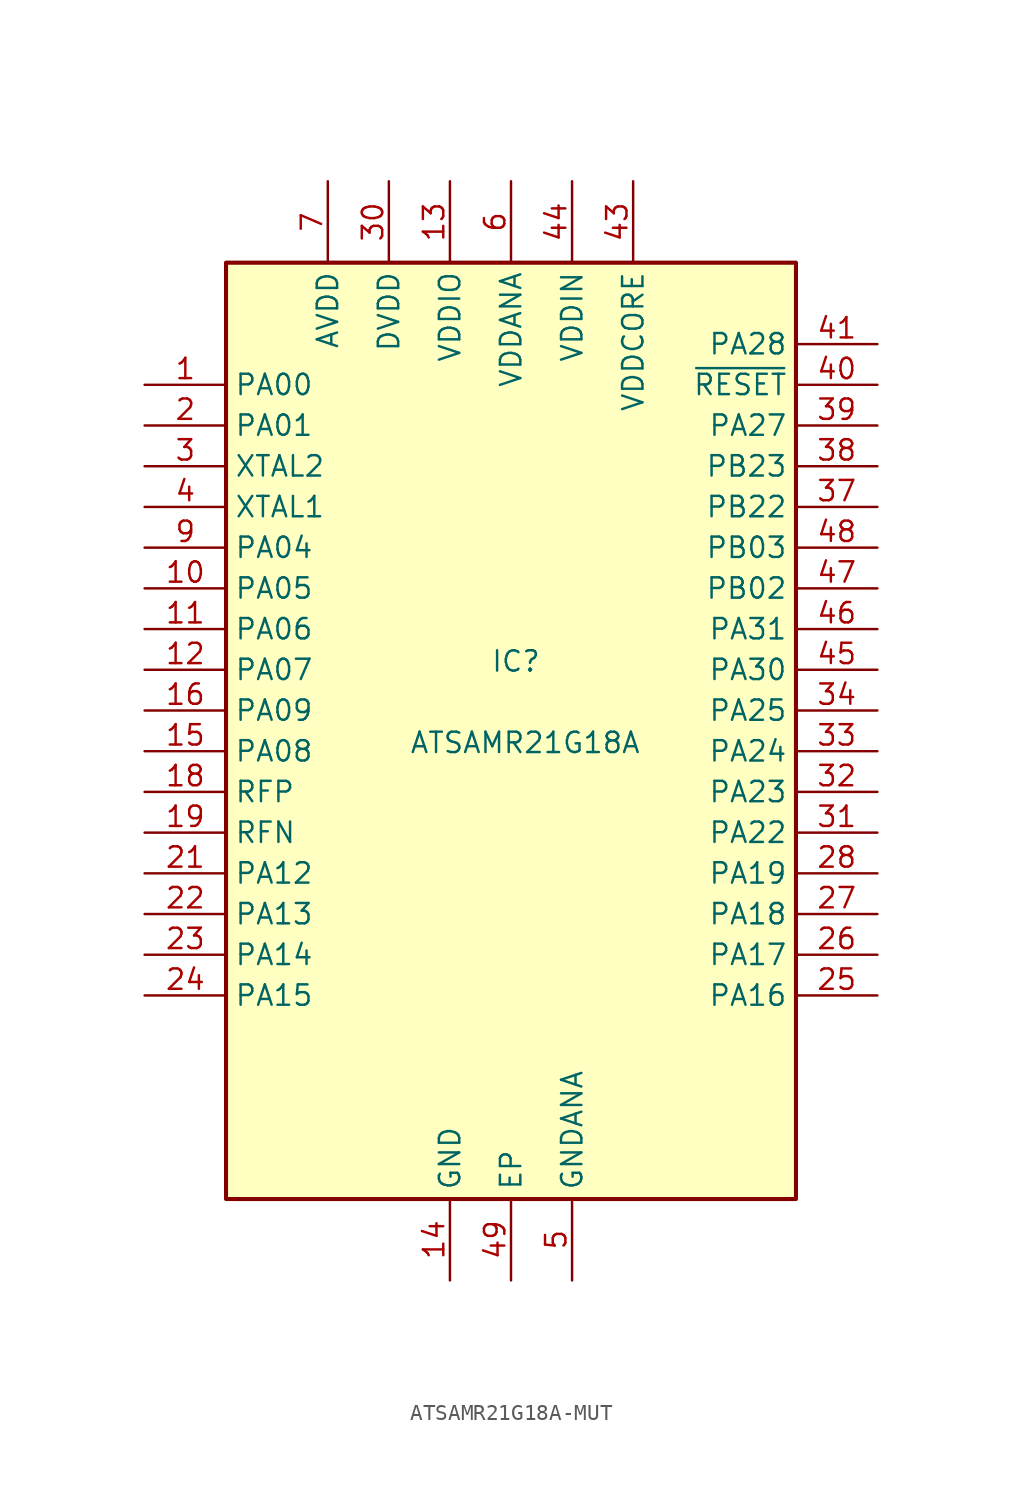
<source format=kicad_sym>
(kicad_symbol_lib
  (version 20220914)
  (generator kicad_symbol_editor)
  (symbol "ATSAMR21G18A-MUT"
    (property "Reference" "IC"
      (at -1.27 5.08 0)
      (effects (font (size 1.27 1.27)) (justify left top)))
    (property "Value" "ATSAMR21G18A"
      (at -6.35 0 0)
      (effects (font (size 1.27 1.27)) (justify left top)))
    (symbol "ATSAMR21G18A-MUT_1_1"
      (rectangle (start -17.78 29.21) (end 17.78 -29.21) (stroke (width 0.254) (type default)) (fill (type background)))
      (pin passive line (at -22.86 21.59 0) (length 5.08) (name "PA00" (effects (font (size 1.27 1.27)))) (number "1" (effects (font (size 1.27 1.27)))))
      (pin passive line (at -22.86 8.89 0) (length 5.08) (name "PA05" (effects (font (size 1.27 1.27)))) (number "10" (effects (font (size 1.27 1.27)))))
      (pin passive line (at -22.86 6.35 0) (length 5.08) (name "PA06" (effects (font (size 1.27 1.27)))) (number "11" (effects (font (size 1.27 1.27)))))
      (pin passive line (at -22.86 3.81 0) (length 5.08) (name "PA07" (effects (font (size 1.27 1.27)))) (number "12" (effects (font (size 1.27 1.27)))))
      (pin passive line (at -3.81 34.29 270) (length 5.08) (name "VDDIO" (effects (font (size 1.27 1.27)))) (number "13" (effects (font (size 1.27 1.27)))))
      (pin passive line (at -3.81 -34.29 90) (length 5.08) (name "GND" (effects (font (size 1.27 1.27)))) (number "14" (effects (font (size 1.27 1.27)))))
      (pin passive line (at -22.86 -1.27 0) (length 5.08) (name "PA08" (effects (font (size 1.27 1.27)))) (number "15" (effects (font (size 1.27 1.27)))))
      (pin passive line (at -22.86 1.27 0) (length 5.08) (name "PA09" (effects (font (size 1.27 1.27)))) (number "16" (effects (font (size 1.27 1.27)))))
      (pin passive line (at 3.81 -34.29 90) (length 5.08) hide (name "GNDANA" (effects (font (size 1.27 1.27)))) (number "17" (effects (font (size 1.27 1.27)))))
      (pin passive line (at -22.86 -3.81 0) (length 5.08) (name "RFP" (effects (font (size 1.27 1.27)))) (number "18" (effects (font (size 1.27 1.27)))))
      (pin passive line (at -22.86 -6.35 0) (length 5.08) (name "RFN" (effects (font (size 1.27 1.27)))) (number "19" (effects (font (size 1.27 1.27)))))
      (pin passive line (at -22.86 19.05 0) (length 5.08) (name "PA01" (effects (font (size 1.27 1.27)))) (number "2" (effects (font (size 1.27 1.27)))))
      (pin passive line (at 3.81 -34.29 90) (length 5.08) hide (name "GNDANA" (effects (font (size 1.27 1.27)))) (number "20" (effects (font (size 1.27 1.27)))))
      (pin passive line (at -22.86 -8.89 0) (length 5.08) (name "PA12" (effects (font (size 1.27 1.27)))) (number "21" (effects (font (size 1.27 1.27)))))
      (pin passive line (at -22.86 -11.43 0) (length 5.08) (name "PA13" (effects (font (size 1.27 1.27)))) (number "22" (effects (font (size 1.27 1.27)))))
      (pin passive line (at -22.86 -13.97 0) (length 5.08) (name "PA14" (effects (font (size 1.27 1.27)))) (number "23" (effects (font (size 1.27 1.27)))))
      (pin passive line (at -22.86 -16.51 0) (length 5.08) (name "PA15" (effects (font (size 1.27 1.27)))) (number "24" (effects (font (size 1.27 1.27)))))
      (pin passive line (at 22.86 -16.51 180) (length 5.08) (name "PA16" (effects (font (size 1.27 1.27)))) (number "25" (effects (font (size 1.27 1.27)))))
      (pin passive line (at 22.86 -13.97 180) (length 5.08) (name "PA17" (effects (font (size 1.27 1.27)))) (number "26" (effects (font (size 1.27 1.27)))))
      (pin passive line (at 22.86 -11.43 180) (length 5.08) (name "PA18" (effects (font (size 1.27 1.27)))) (number "27" (effects (font (size 1.27 1.27)))))
      (pin passive line (at 22.86 -8.89 180) (length 5.08) (name "PA19" (effects (font (size 1.27 1.27)))) (number "28" (effects (font (size 1.27 1.27)))))
      (pin passive line (at -3.81 -34.29 90) (length 5.08) hide (name "GND" (effects (font (size 1.27 1.27)))) (number "29" (effects (font (size 1.27 1.27)))))
      (pin passive line (at -22.86 16.51 0) (length 5.08) (name "XTAL2" (effects (font (size 1.27 1.27)))) (number "3" (effects (font (size 1.27 1.27)))))
      (pin passive line (at -7.62 34.29 270) (length 5.08) (name "DVDD" (effects (font (size 1.27 1.27)))) (number "30" (effects (font (size 1.27 1.27)))))
      (pin passive line (at 22.86 -6.35 180) (length 5.08) (name "PA22" (effects (font (size 1.27 1.27)))) (number "31" (effects (font (size 1.27 1.27)))))
      (pin passive line (at 22.86 -3.81 180) (length 5.08) (name "PA23" (effects (font (size 1.27 1.27)))) (number "32" (effects (font (size 1.27 1.27)))))
      (pin passive line (at 22.86 -1.27 180) (length 5.08) (name "PA24" (effects (font (size 1.27 1.27)))) (number "33" (effects (font (size 1.27 1.27)))))
      (pin passive line (at 22.86 1.27 180) (length 5.08) (name "PA25" (effects (font (size 1.27 1.27)))) (number "34" (effects (font (size 1.27 1.27)))))
      (pin passive line (at -3.81 -34.29 90) (length 5.08) hide (name "GND" (effects (font (size 1.27 1.27)))) (number "35" (effects (font (size 1.27 1.27)))))
      (pin passive line (at -3.81 34.29 270) (length 5.08) hide (name "VDDIO" (effects (font (size 1.27 1.27)))) (number "36" (effects (font (size 1.27 1.27)))))
      (pin passive line (at 22.86 13.97 180) (length 5.08) (name "PB22" (effects (font (size 1.27 1.27)))) (number "37" (effects (font (size 1.27 1.27)))))
      (pin passive line (at 22.86 16.51 180) (length 5.08) (name "PB23" (effects (font (size 1.27 1.27)))) (number "38" (effects (font (size 1.27 1.27)))))
      (pin passive line (at 22.86 19.05 180) (length 5.08) (name "PA27" (effects (font (size 1.27 1.27)))) (number "39" (effects (font (size 1.27 1.27)))))
      (pin passive line (at -22.86 13.97 0) (length 5.08) (name "XTAL1" (effects (font (size 1.27 1.27)))) (number "4" (effects (font (size 1.27 1.27)))))
      (pin passive line (at 22.86 21.59 180) (length 5.08) (name "~{RESET}" (effects (font (size 1.27 1.27)))) (number "40" (effects (font (size 1.27 1.27)))))
      (pin passive line (at 22.86 24.13 180) (length 5.08) (name "PA28" (effects (font (size 1.27 1.27)))) (number "41" (effects (font (size 1.27 1.27)))))
      (pin passive line (at -3.81 -34.29 90) (length 5.08) hide (name "GND" (effects (font (size 1.27 1.27)))) (number "42" (effects (font (size 1.27 1.27)))))
      (pin passive line (at 7.62 34.29 270) (length 5.08) (name "VDDCORE" (effects (font (size 1.27 1.27)))) (number "43" (effects (font (size 1.27 1.27)))))
      (pin passive line (at 3.81 34.29 270) (length 5.08) (name "VDDIN" (effects (font (size 1.27 1.27)))) (number "44" (effects (font (size 1.27 1.27)))))
      (pin passive line (at 22.86 3.81 180) (length 5.08) (name "PA30" (effects (font (size 1.27 1.27)))) (number "45" (effects (font (size 1.27 1.27)))))
      (pin passive line (at 22.86 6.35 180) (length 5.08) (name "PA31" (effects (font (size 1.27 1.27)))) (number "46" (effects (font (size 1.27 1.27)))))
      (pin passive line (at 22.86 8.89 180) (length 5.08) (name "PB02" (effects (font (size 1.27 1.27)))) (number "47" (effects (font (size 1.27 1.27)))))
      (pin passive line (at 22.86 11.43 180) (length 5.08) (name "PB03" (effects (font (size 1.27 1.27)))) (number "48" (effects (font (size 1.27 1.27)))))
      (pin passive line (at 0 -34.29 90) (length 5.08) (name "EP" (effects (font (size 1.27 1.27)))) (number "49" (effects (font (size 1.27 1.27)))))
      (pin passive line (at 3.81 -34.29 90) (length 5.08) (name "GNDANA" (effects (font (size 1.27 1.27)))) (number "5" (effects (font (size 1.27 1.27)))))
      (pin passive line (at 0 34.29 270) (length 5.08) (name "VDDANA" (effects (font (size 1.27 1.27)))) (number "6" (effects (font (size 1.27 1.27)))))
      (pin passive line (at -11.43 34.29 270) (length 5.08) (name "AVDD" (effects (font (size 1.27 1.27)))) (number "7" (effects (font (size 1.27 1.27)))))
      (pin passive line (at 3.81 -34.29 90) (length 5.08) hide (name "GNDANA" (effects (font (size 1.27 1.27)))) (number "8" (effects (font (size 1.27 1.27)))))
      (pin passive line (at -22.86 11.43 0) (length 5.08) (name "PA04" (effects (font (size 1.27 1.27)))) (number "9" (effects (font (size 1.27 1.27))))))))
</source>
